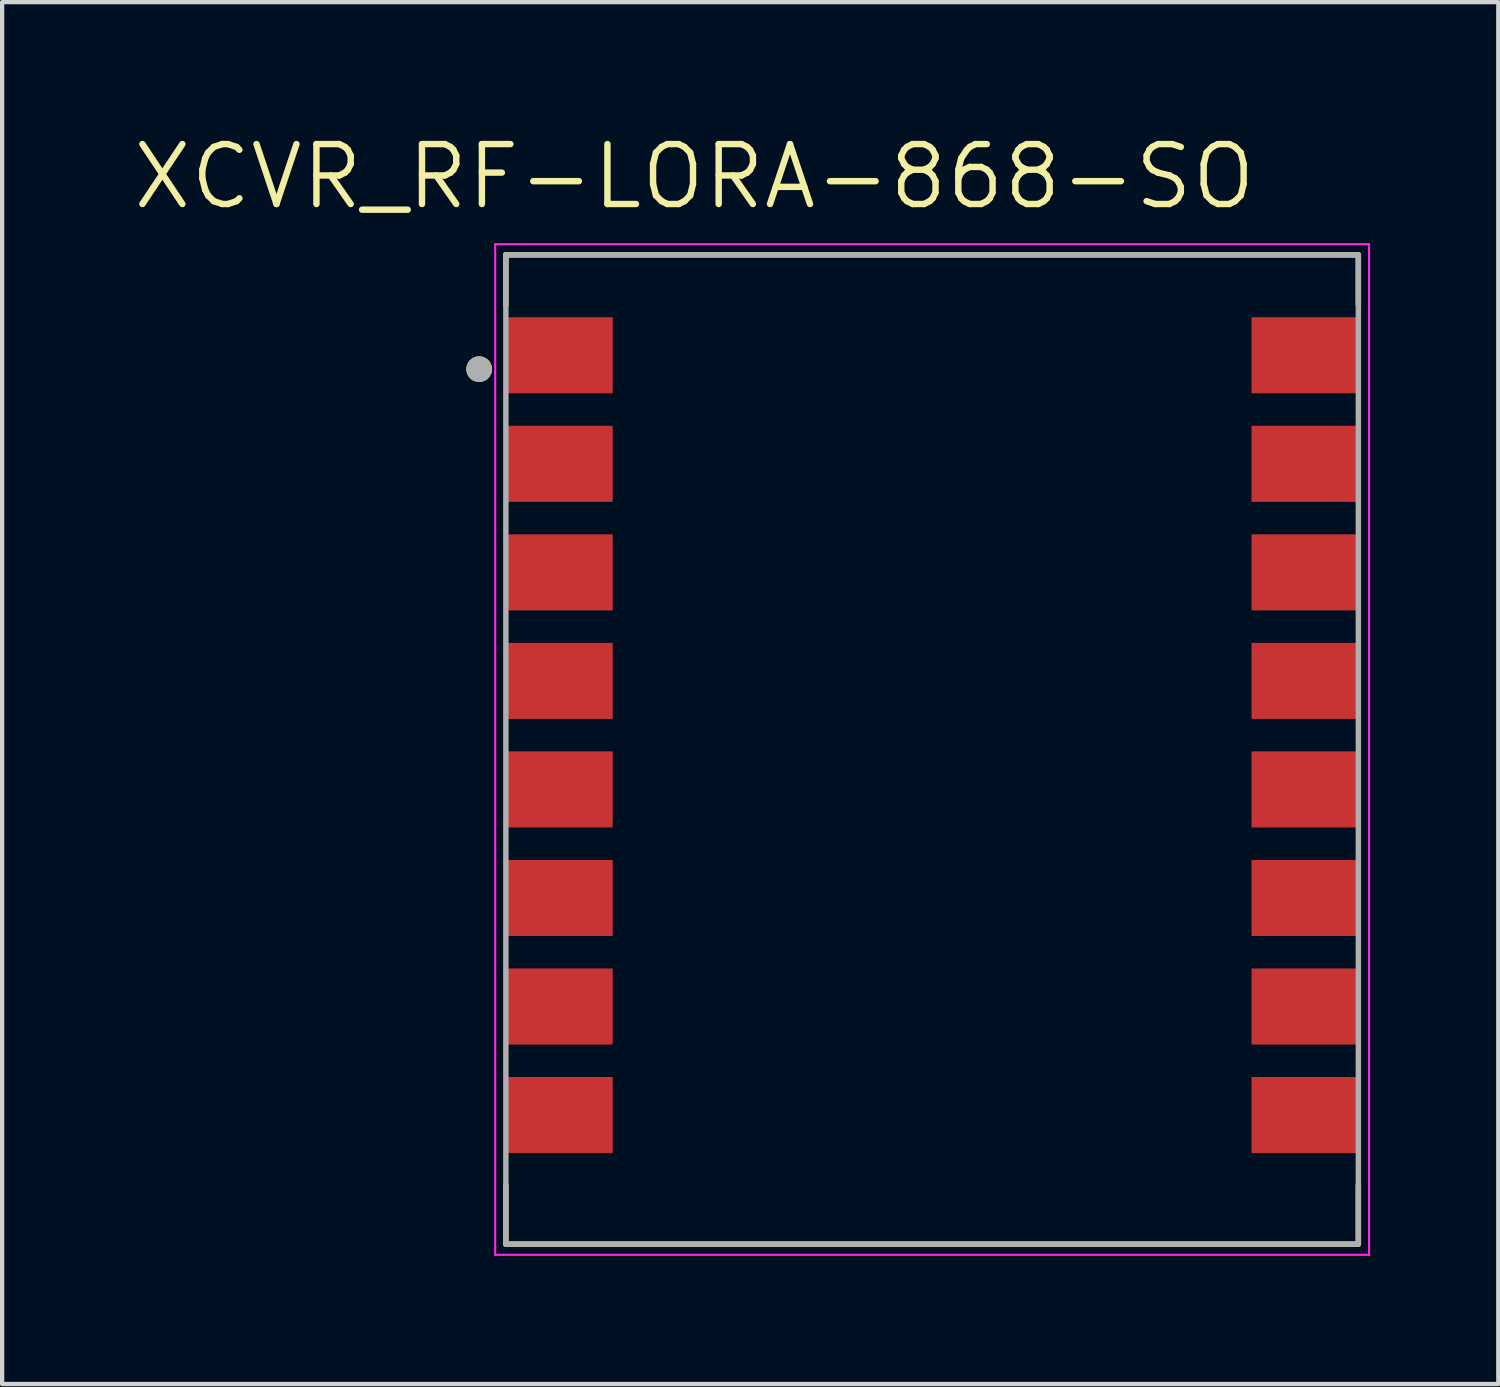
<source format=kicad_pcb>
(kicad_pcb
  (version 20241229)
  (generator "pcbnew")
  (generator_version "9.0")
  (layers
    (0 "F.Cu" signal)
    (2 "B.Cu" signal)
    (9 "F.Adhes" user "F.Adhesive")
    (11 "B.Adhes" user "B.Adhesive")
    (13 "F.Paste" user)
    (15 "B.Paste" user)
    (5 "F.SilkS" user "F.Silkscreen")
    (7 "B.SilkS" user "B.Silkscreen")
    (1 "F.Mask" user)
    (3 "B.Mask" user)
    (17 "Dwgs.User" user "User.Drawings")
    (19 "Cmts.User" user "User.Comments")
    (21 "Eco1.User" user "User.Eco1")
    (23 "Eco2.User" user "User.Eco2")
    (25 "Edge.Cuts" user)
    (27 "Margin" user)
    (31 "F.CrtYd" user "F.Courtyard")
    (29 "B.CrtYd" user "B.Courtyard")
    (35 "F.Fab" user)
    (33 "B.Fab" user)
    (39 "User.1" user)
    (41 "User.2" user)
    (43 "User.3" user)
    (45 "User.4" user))
  (footprint "XCVR_RF-LORA-868-SO"
    (layer "F.Cu")
    (at 18.763 14.489)
    (property "Reference" "XCVR_RF-LORA-868-SO" (at -5.562 -13.406 0) (layer "F.SilkS") (effects (font (size 1.402 1.402) (thickness 0.15))))
    (attr smd)
    (fp_line (start -9.975 -11.575) (end -9.975 -10.4) (stroke (width 0.127) (type solid)) (layer "F.SilkS"))
    (fp_line (start -9.975 11.575) (end -9.975 10.2) (stroke (width 0.127) (type solid)) (layer "F.SilkS"))
    (fp_line (start -9.975 11.575) (end 9.975 11.575) (stroke (width 0.127) (type solid)) (layer "F.SilkS"))
    (fp_line (start 9.975 -11.575) (end -9.975 -11.575) (stroke (width 0.127) (type solid)) (layer "F.SilkS"))
    (fp_line (start 9.975 -11.575) (end 9.975 -10.4) (stroke (width 0.127) (type solid)) (layer "F.SilkS"))
    (fp_line (start 9.975 11.575) (end 9.975 10.2) (stroke (width 0.127) (type solid)) (layer "F.SilkS"))
    (fp_circle (center -10.6 -8.9) (end -10.45 -8.9) (stroke (width 0.3) (type solid)) (fill no) (layer "F.SilkS"))
    (fp_line (start -10.225 -11.825) (end 10.225 -11.825) (stroke (width 0.05) (type solid)) (layer "F.CrtYd"))
    (fp_line (start -10.225 11.825) (end -10.225 -11.825) (stroke (width 0.05) (type solid)) (layer "F.CrtYd"))
    (fp_line (start 10.225 -11.825) (end 10.225 11.825) (stroke (width 0.05) (type solid)) (layer "F.CrtYd"))
    (fp_line (start 10.225 11.825) (end -10.225 11.825) (stroke (width 0.05) (type solid)) (layer "F.CrtYd"))
    (fp_line (start -9.975 -11.575) (end 9.975 -11.575) (stroke (width 0.127) (type solid)) (layer "F.Fab"))
    (fp_line (start -9.975 11.575) (end -9.975 -11.575) (stroke (width 0.127) (type solid)) (layer "F.Fab"))
    (fp_line (start 9.975 -11.575) (end 9.975 11.575) (stroke (width 0.127) (type solid)) (layer "F.Fab"))
    (fp_line (start 9.975 11.575) (end -9.975 11.575) (stroke (width 0.127) (type solid)) (layer "F.Fab"))
    (fp_circle (center -10.6 -8.9) (end -10.45 -8.9) (stroke (width 0.3) (type solid)) (fill no) (layer "F.Fab"))
    (pad "1" smd rect (at -8.725 -9.225 180) (size 2.5 1.78) (layers "F.Cu" "F.Mask" "F.Paste"))
    (pad "2" smd rect (at -8.725 -6.685 180) (size 2.5 1.78) (layers "F.Cu" "F.Mask" "F.Paste"))
    (pad "3" smd rect (at -8.725 -4.145 180) (size 2.5 1.78) (layers "F.Cu" "F.Mask" "F.Paste"))
    (pad "4" smd rect (at -8.725 -1.605 180) (size 2.5 1.78) (layers "F.Cu" "F.Mask" "F.Paste"))
    (pad "5" smd rect (at -8.725 0.935 180) (size 2.5 1.78) (layers "F.Cu" "F.Mask" "F.Paste"))
    (pad "6" smd rect (at -8.725 3.475 180) (size 2.5 1.78) (layers "F.Cu" "F.Mask" "F.Paste"))
    (pad "7" smd rect (at -8.725 6.015 180) (size 2.5 1.78) (layers "F.Cu" "F.Mask" "F.Paste"))
    (pad "8" smd rect (at -8.725 8.555 180) (size 2.5 1.78) (layers "F.Cu" "F.Mask" "F.Paste"))
    (pad "9" smd rect (at 8.725 8.555 180) (size 2.5 1.78) (layers "F.Cu" "F.Mask" "F.Paste"))
    (pad "10" smd rect (at 8.725 6.015 180) (size 2.5 1.78) (layers "F.Cu" "F.Mask" "F.Paste"))
    (pad "11" smd rect (at 8.725 3.475 180) (size 2.5 1.78) (layers "F.Cu" "F.Mask" "F.Paste"))
    (pad "12" smd rect (at 8.725 0.935 180) (size 2.5 1.78) (layers "F.Cu" "F.Mask" "F.Paste"))
    (pad "13" smd rect (at 8.725 -1.605 180) (size 2.5 1.78) (layers "F.Cu" "F.Mask" "F.Paste"))
    (pad "14" smd rect (at 8.725 -4.145 180) (size 2.5 1.78) (layers "F.Cu" "F.Mask" "F.Paste"))
    (pad "15" smd rect (at 8.725 -6.685 180) (size 2.5 1.78) (layers "F.Cu" "F.Mask" "F.Paste"))
    (pad "16" smd rect (at 8.725 -9.225 180) (size 2.5 1.78) (layers "F.Cu" "F.Mask" "F.Paste")))
  (gr_rect
    (start -3 -3)
    (end 32.013 29.339)
    (stroke (width 0.1) (type default))
    (fill no)
    (layer "Edge.Cuts")))
</source>
